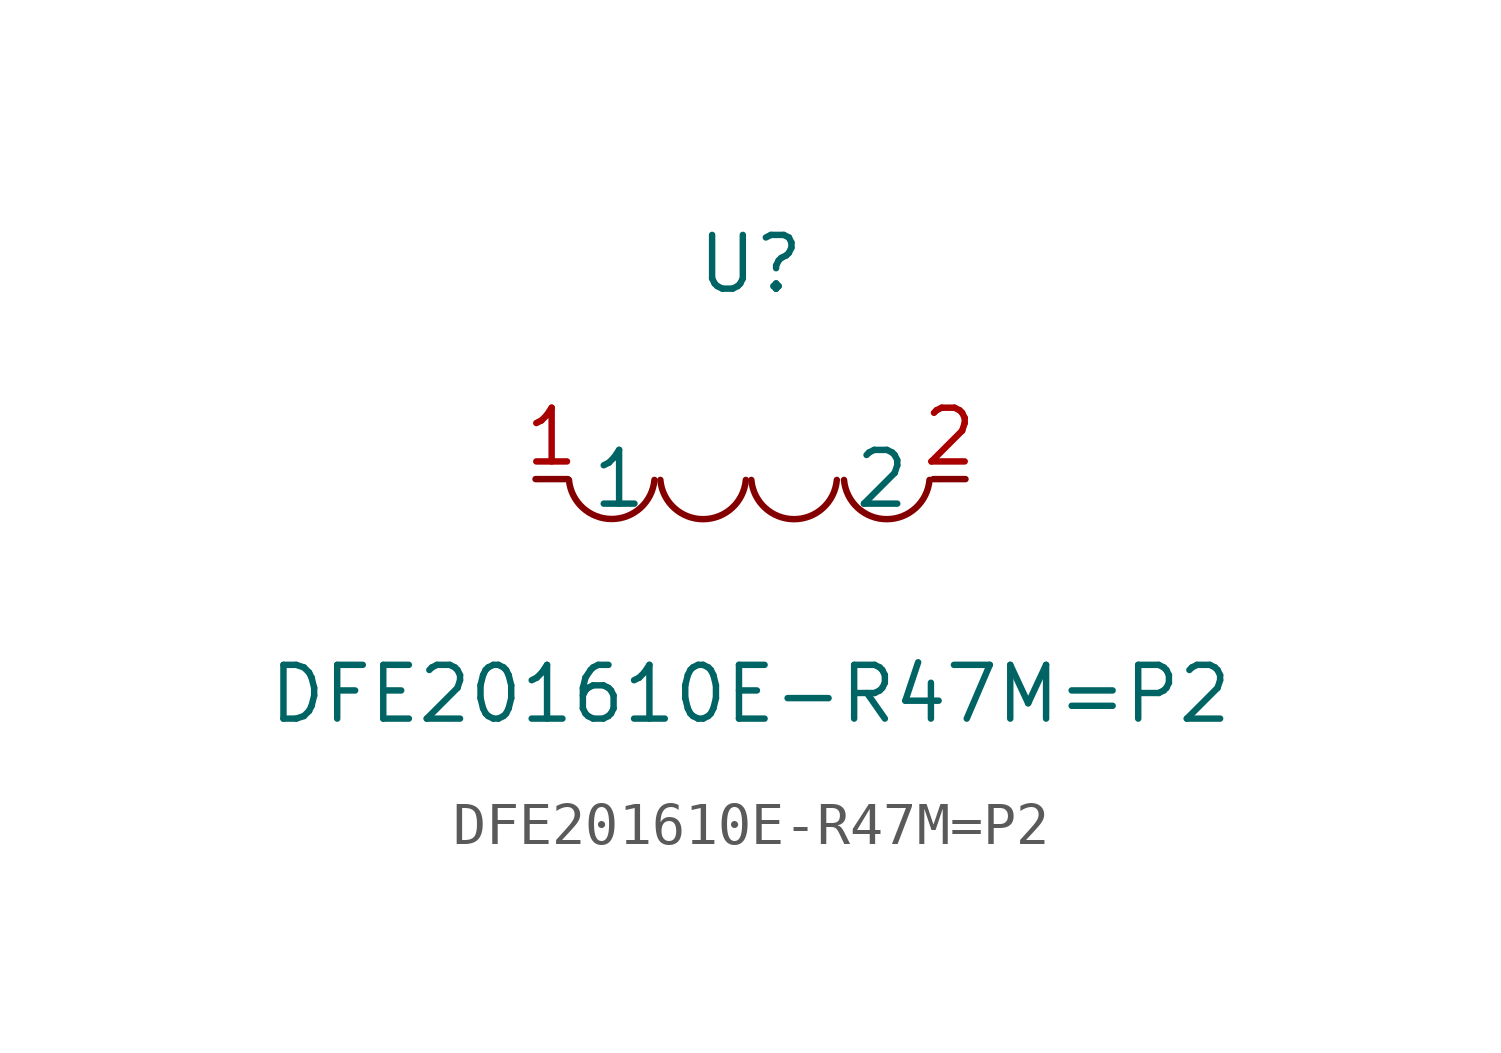
<source format=kicad_sym>
(kicad_symbol_lib
  (version 20211014)
  (generator https://github.com/uPesy/easyeda2kicad.py)
  (symbol "DFE201610E-R47M=P2"
    (property "Reference" "U"
      (at 0 5.08 0)
      (effects (font (size 1.27 1.27))))
    (property "Value" "DFE201610E-R47M=P2"
      (at 0 -5.08 0)
      (effects (font (size 1.27 1.27))))
    (symbol "DFE201610E-R47M=P2_0_1"
      (arc (start 2.21 -0.02) (mid 3.68 -1.01) (end 4.23 -0.02) (stroke (width 0) (type default) (color 0 0 0 0)) (fill (type none)))
      (arc (start 0.02 -0.02) (mid 1.49 -1.01) (end 2.04 -0.02) (stroke (width 0) (type default) (color 0 0 0 0)) (fill (type none)))
      (arc (start -2.13 -0.02) (mid -0.66 -1.01) (end -0.11 -0.02) (stroke (width 0) (type default) (color 0 0 0 0)) (fill (type none)))
      (arc (start -4.29 -0.02) (mid -2.81 -1.01) (end -2.27 -0.02) (stroke (width 0) (type default) (color 0 0 0 0)) (fill (type none)))
      (pin unspecified line (at -5.08 -0.00 0) (length 0.762) (name "1" (effects (font (size 1.27 1.27)))) (number "1" (effects (font (size 1.27 1.27)))))
      (pin unspecified line (at 5.08 -0.00 180) (length 0.762) (name "2" (effects (font (size 1.27 1.27)))) (number "2" (effects (font (size 1.27 1.27))))))))
</source>
